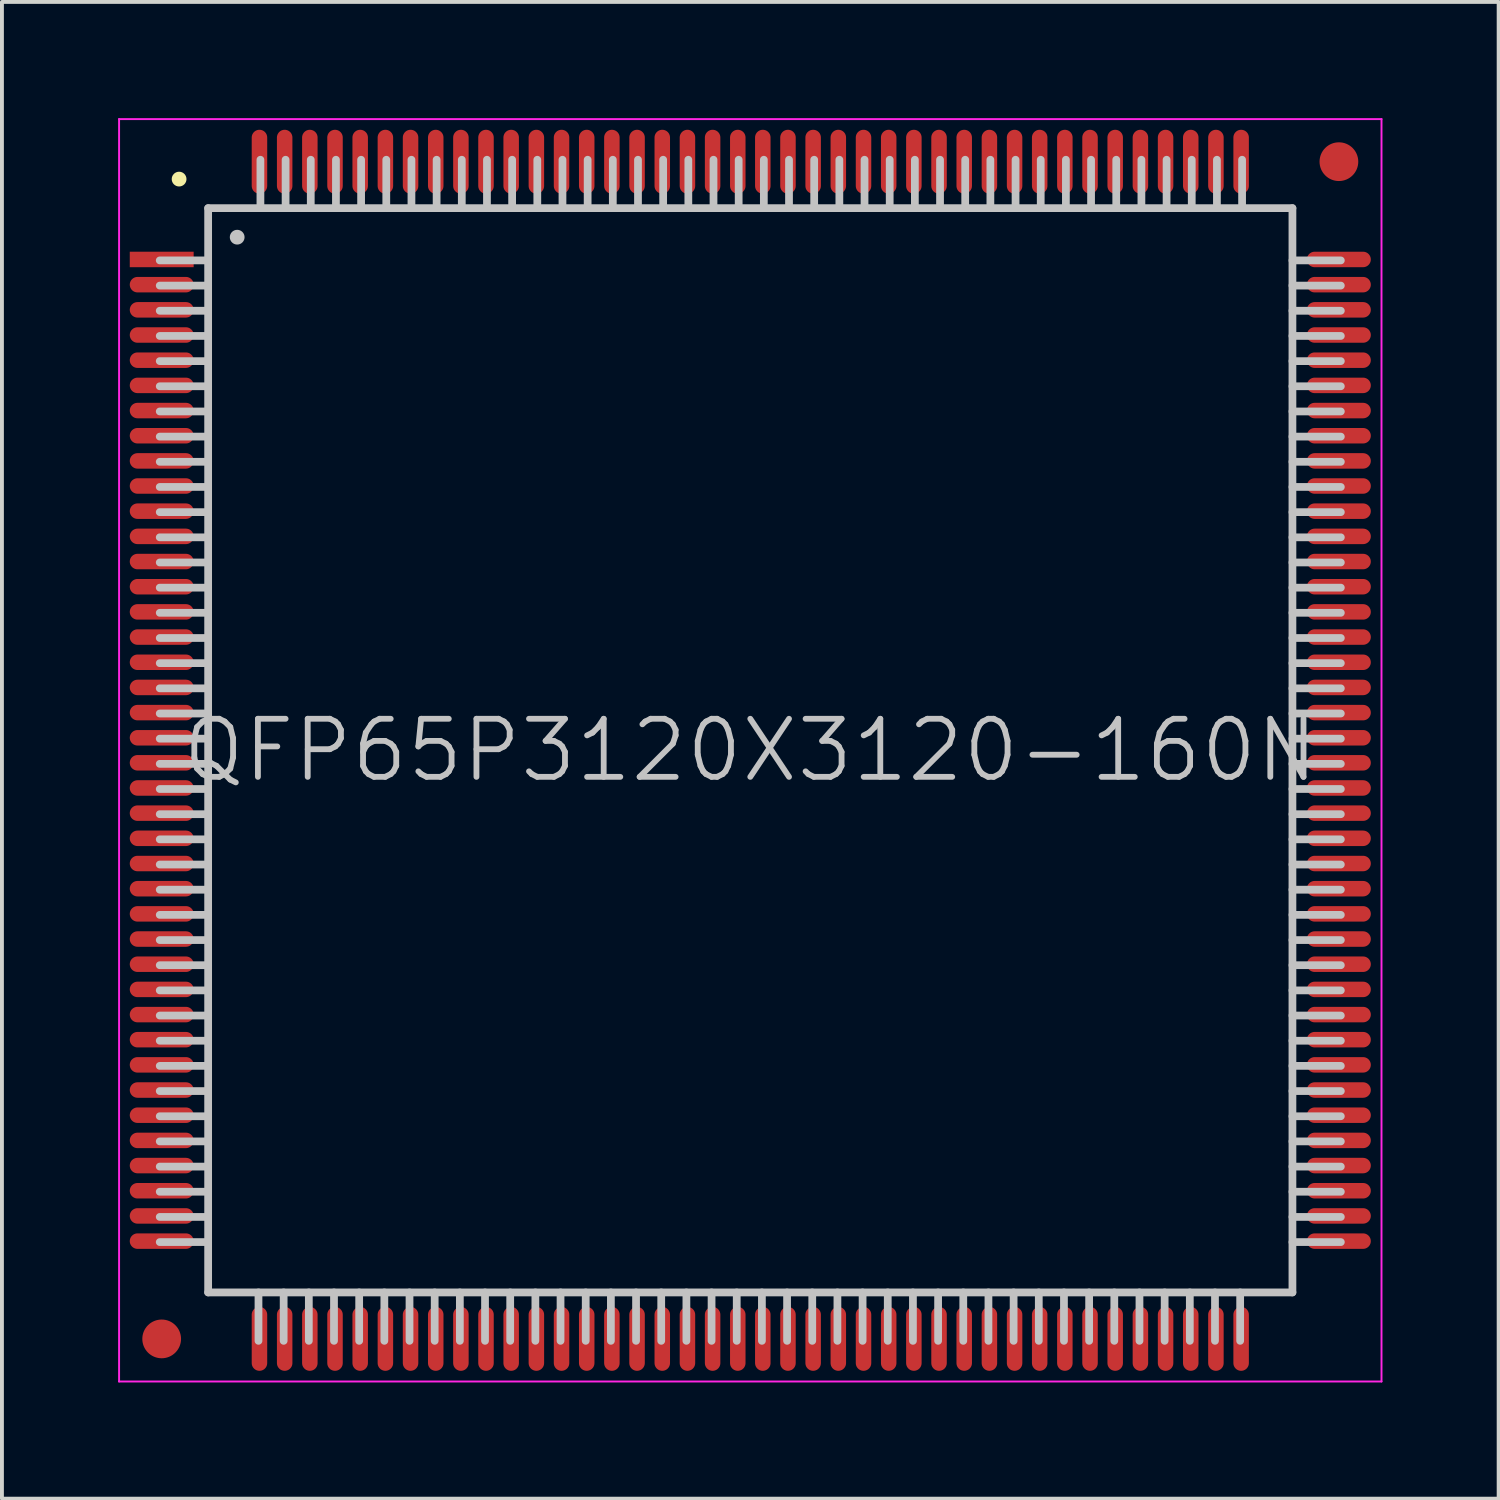
<source format=kicad_pcb>
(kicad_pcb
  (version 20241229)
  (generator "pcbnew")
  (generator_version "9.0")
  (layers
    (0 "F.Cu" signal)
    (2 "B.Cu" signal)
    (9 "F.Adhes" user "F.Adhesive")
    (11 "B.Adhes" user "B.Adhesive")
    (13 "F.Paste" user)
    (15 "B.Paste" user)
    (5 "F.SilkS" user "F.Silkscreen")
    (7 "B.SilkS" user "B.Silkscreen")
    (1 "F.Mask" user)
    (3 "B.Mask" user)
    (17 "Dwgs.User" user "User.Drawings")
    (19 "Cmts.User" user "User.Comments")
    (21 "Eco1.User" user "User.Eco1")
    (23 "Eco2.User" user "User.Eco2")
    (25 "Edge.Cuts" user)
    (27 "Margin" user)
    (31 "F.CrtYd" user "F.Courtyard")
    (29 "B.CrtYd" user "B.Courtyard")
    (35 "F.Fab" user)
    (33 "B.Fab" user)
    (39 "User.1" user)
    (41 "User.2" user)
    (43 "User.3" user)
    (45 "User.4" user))
  (footprint "QFP65P3120X3120-160N"
    (layer "F.Cu")
    (at 16.325 16.325)
    (property "Reference" "QFP65P3120X3120-160N" (at 0 0 0) (layer "Dwgs.User") (effects (font (size 1.5 1.5) (thickness 0.15))))
    (attr smd)
    (fp_line (start -14.75 -14.75) (end -14.75 -14.75) (stroke (width 0.381) (type solid)) (layer "F.SilkS"))
    (fp_line (start -14 -14) (end -14 14) (stroke (width 0.2) (type solid)) (layer "Dwgs.User"))
    (fp_line (start -14 -14) (end 14 -14) (stroke (width 0.2) (type solid)) (layer "Dwgs.User"))
    (fp_line (start -14 -12.65) (end -15.25 -12.65) (stroke (width 0.2) (type solid)) (layer "Dwgs.User"))
    (fp_line (start -14 -12) (end -15.25 -12) (stroke (width 0.2) (type solid)) (layer "Dwgs.User"))
    (fp_line (start -14 -11.35) (end -15.25 -11.35) (stroke (width 0.2) (type solid)) (layer "Dwgs.User"))
    (fp_line (start -14 -10.7) (end -15.25 -10.7) (stroke (width 0.2) (type solid)) (layer "Dwgs.User"))
    (fp_line (start -14 -10.05) (end -15.25 -10.05) (stroke (width 0.2) (type solid)) (layer "Dwgs.User"))
    (fp_line (start -14 -9.4) (end -15.25 -9.4) (stroke (width 0.2) (type solid)) (layer "Dwgs.User"))
    (fp_line (start -14 -8.75) (end -15.25 -8.75) (stroke (width 0.2) (type solid)) (layer "Dwgs.User"))
    (fp_line (start -14 -8.1) (end -15.25 -8.1) (stroke (width 0.2) (type solid)) (layer "Dwgs.User"))
    (fp_line (start -14 -7.45) (end -15.25 -7.45) (stroke (width 0.2) (type solid)) (layer "Dwgs.User"))
    (fp_line (start -14 -6.8) (end -15.25 -6.8) (stroke (width 0.2) (type solid)) (layer "Dwgs.User"))
    (fp_line (start -14 -6.15) (end -15.25 -6.15) (stroke (width 0.2) (type solid)) (layer "Dwgs.User"))
    (fp_line (start -14 -5.5) (end -15.25 -5.5) (stroke (width 0.2) (type solid)) (layer "Dwgs.User"))
    (fp_line (start -14 -4.85) (end -15.25 -4.85) (stroke (width 0.2) (type solid)) (layer "Dwgs.User"))
    (fp_line (start -14 -4.2) (end -15.25 -4.2) (stroke (width 0.2) (type solid)) (layer "Dwgs.User"))
    (fp_line (start -14 -3.55) (end -15.25 -3.55) (stroke (width 0.2) (type solid)) (layer "Dwgs.User"))
    (fp_line (start -14 -2.9) (end -15.25 -2.9) (stroke (width 0.2) (type solid)) (layer "Dwgs.User"))
    (fp_line (start -14 -2.25) (end -15.25 -2.25) (stroke (width 0.2) (type solid)) (layer "Dwgs.User"))
    (fp_line (start -14 -1.6) (end -15.25 -1.6) (stroke (width 0.2) (type solid)) (layer "Dwgs.User"))
    (fp_line (start -14 -0.95) (end -15.25 -0.95) (stroke (width 0.2) (type solid)) (layer "Dwgs.User"))
    (fp_line (start -14 -0.3) (end -15.25 -0.3) (stroke (width 0.2) (type solid)) (layer "Dwgs.User"))
    (fp_line (start -14 0.35) (end -15.25 0.35) (stroke (width 0.2) (type solid)) (layer "Dwgs.User"))
    (fp_line (start -14 1) (end -15.25 1) (stroke (width 0.2) (type solid)) (layer "Dwgs.User"))
    (fp_line (start -14 1.65) (end -15.25 1.65) (stroke (width 0.2) (type solid)) (layer "Dwgs.User"))
    (fp_line (start -14 2.3) (end -15.25 2.3) (stroke (width 0.2) (type solid)) (layer "Dwgs.User"))
    (fp_line (start -14 2.95) (end -15.25 2.95) (stroke (width 0.2) (type solid)) (layer "Dwgs.User"))
    (fp_line (start -14 3.6) (end -15.25 3.6) (stroke (width 0.2) (type solid)) (layer "Dwgs.User"))
    (fp_line (start -14 4.25) (end -15.25 4.25) (stroke (width 0.2) (type solid)) (layer "Dwgs.User"))
    (fp_line (start -14 4.9) (end -15.25 4.9) (stroke (width 0.2) (type solid)) (layer "Dwgs.User"))
    (fp_line (start -14 5.55) (end -15.25 5.55) (stroke (width 0.2) (type solid)) (layer "Dwgs.User"))
    (fp_line (start -14 6.2) (end -15.25 6.2) (stroke (width 0.2) (type solid)) (layer "Dwgs.User"))
    (fp_line (start -14 6.85) (end -15.25 6.85) (stroke (width 0.2) (type solid)) (layer "Dwgs.User"))
    (fp_line (start -14 7.5) (end -15.25 7.5) (stroke (width 0.2) (type solid)) (layer "Dwgs.User"))
    (fp_line (start -14 8.15) (end -15.25 8.15) (stroke (width 0.2) (type solid)) (layer "Dwgs.User"))
    (fp_line (start -14 8.8) (end -15.25 8.8) (stroke (width 0.2) (type solid)) (layer "Dwgs.User"))
    (fp_line (start -14 9.45) (end -15.25 9.45) (stroke (width 0.2) (type solid)) (layer "Dwgs.User"))
    (fp_line (start -14 10.1) (end -15.25 10.1) (stroke (width 0.2) (type solid)) (layer "Dwgs.User"))
    (fp_line (start -14 10.75) (end -15.25 10.75) (stroke (width 0.2) (type solid)) (layer "Dwgs.User"))
    (fp_line (start -14 11.4) (end -15.25 11.4) (stroke (width 0.2) (type solid)) (layer "Dwgs.User"))
    (fp_line (start -14 12.05) (end -15.25 12.05) (stroke (width 0.2) (type solid)) (layer "Dwgs.User"))
    (fp_line (start -14 12.7) (end -15.25 12.7) (stroke (width 0.2) (type solid)) (layer "Dwgs.User"))
    (fp_line (start -14 14) (end 14 14) (stroke (width 0.2) (type solid)) (layer "Dwgs.User"))
    (fp_line (start -13.25 -13.25) (end -13.25 -13.25) (stroke (width 0.381) (type solid)) (layer "Dwgs.User"))
    (fp_line (start -12.7 14) (end -12.7 15.25) (stroke (width 0.2) (type solid)) (layer "Dwgs.User"))
    (fp_line (start -12.65 -15.25) (end -12.65 -14) (stroke (width 0.2) (type solid)) (layer "Dwgs.User"))
    (fp_line (start -12.05 14) (end -12.05 15.25) (stroke (width 0.2) (type solid)) (layer "Dwgs.User"))
    (fp_line (start -12 -15.25) (end -12 -14) (stroke (width 0.2) (type solid)) (layer "Dwgs.User"))
    (fp_line (start -11.4 14) (end -11.4 15.25) (stroke (width 0.2) (type solid)) (layer "Dwgs.User"))
    (fp_line (start -11.35 -15.25) (end -11.35 -14) (stroke (width 0.2) (type solid)) (layer "Dwgs.User"))
    (fp_line (start -10.75 14) (end -10.75 15.25) (stroke (width 0.2) (type solid)) (layer "Dwgs.User"))
    (fp_line (start -10.7 -15.25) (end -10.7 -14) (stroke (width 0.2) (type solid)) (layer "Dwgs.User"))
    (fp_line (start -10.1 14) (end -10.1 15.25) (stroke (width 0.2) (type solid)) (layer "Dwgs.User"))
    (fp_line (start -10.05 -15.25) (end -10.05 -14) (stroke (width 0.2) (type solid)) (layer "Dwgs.User"))
    (fp_line (start -9.45 14) (end -9.45 15.25) (stroke (width 0.2) (type solid)) (layer "Dwgs.User"))
    (fp_line (start -9.4 -15.25) (end -9.4 -14) (stroke (width 0.2) (type solid)) (layer "Dwgs.User"))
    (fp_line (start -8.8 14) (end -8.8 15.25) (stroke (width 0.2) (type solid)) (layer "Dwgs.User"))
    (fp_line (start -8.75 -15.25) (end -8.75 -14) (stroke (width 0.2) (type solid)) (layer "Dwgs.User"))
    (fp_line (start -8.15 14) (end -8.15 15.25) (stroke (width 0.2) (type solid)) (layer "Dwgs.User"))
    (fp_line (start -8.1 -15.25) (end -8.1 -14) (stroke (width 0.2) (type solid)) (layer "Dwgs.User"))
    (fp_line (start -7.5 14) (end -7.5 15.25) (stroke (width 0.2) (type solid)) (layer "Dwgs.User"))
    (fp_line (start -7.45 -15.25) (end -7.45 -14) (stroke (width 0.2) (type solid)) (layer "Dwgs.User"))
    (fp_line (start -6.85 14) (end -6.85 15.25) (stroke (width 0.2) (type solid)) (layer "Dwgs.User"))
    (fp_line (start -6.8 -15.25) (end -6.8 -14) (stroke (width 0.2) (type solid)) (layer "Dwgs.User"))
    (fp_line (start -6.2 14) (end -6.2 15.25) (stroke (width 0.2) (type solid)) (layer "Dwgs.User"))
    (fp_line (start -6.15 -15.25) (end -6.15 -14) (stroke (width 0.2) (type solid)) (layer "Dwgs.User"))
    (fp_line (start -5.55 14) (end -5.55 15.25) (stroke (width 0.2) (type solid)) (layer "Dwgs.User"))
    (fp_line (start -5.5 -15.25) (end -5.5 -14) (stroke (width 0.2) (type solid)) (layer "Dwgs.User"))
    (fp_line (start -4.9 14) (end -4.9 15.25) (stroke (width 0.2) (type solid)) (layer "Dwgs.User"))
    (fp_line (start -4.85 -15.25) (end -4.85 -14) (stroke (width 0.2) (type solid)) (layer "Dwgs.User"))
    (fp_line (start -4.25 14) (end -4.25 15.25) (stroke (width 0.2) (type solid)) (layer "Dwgs.User"))
    (fp_line (start -4.2 -15.25) (end -4.2 -14) (stroke (width 0.2) (type solid)) (layer "Dwgs.User"))
    (fp_line (start -3.6 14) (end -3.6 15.25) (stroke (width 0.2) (type solid)) (layer "Dwgs.User"))
    (fp_line (start -3.55 -15.25) (end -3.55 -14) (stroke (width 0.2) (type solid)) (layer "Dwgs.User"))
    (fp_line (start -2.95 14) (end -2.95 15.25) (stroke (width 0.2) (type solid)) (layer "Dwgs.User"))
    (fp_line (start -2.9 -15.25) (end -2.9 -14) (stroke (width 0.2) (type solid)) (layer "Dwgs.User"))
    (fp_line (start -2.3 14) (end -2.3 15.25) (stroke (width 0.2) (type solid)) (layer "Dwgs.User"))
    (fp_line (start -2.25 -15.25) (end -2.25 -14) (stroke (width 0.2) (type solid)) (layer "Dwgs.User"))
    (fp_line (start -1.65 14) (end -1.65 15.25) (stroke (width 0.2) (type solid)) (layer "Dwgs.User"))
    (fp_line (start -1.6 -15.25) (end -1.6 -14) (stroke (width 0.2) (type solid)) (layer "Dwgs.User"))
    (fp_line (start -1 14) (end -1 15.25) (stroke (width 0.2) (type solid)) (layer "Dwgs.User"))
    (fp_line (start -0.95 -15.25) (end -0.95 -14) (stroke (width 0.2) (type solid)) (layer "Dwgs.User"))
    (fp_line (start -0.35 14) (end -0.35 15.25) (stroke (width 0.2) (type solid)) (layer "Dwgs.User"))
    (fp_line (start -0.3 -15.25) (end -0.3 -14) (stroke (width 0.2) (type solid)) (layer "Dwgs.User"))
    (fp_line (start 0.3 14) (end 0.3 15.25) (stroke (width 0.2) (type solid)) (layer "Dwgs.User"))
    (fp_line (start 0.35 -15.25) (end 0.35 -14) (stroke (width 0.2) (type solid)) (layer "Dwgs.User"))
    (fp_line (start 0.95 14) (end 0.95 15.25) (stroke (width 0.2) (type solid)) (layer "Dwgs.User"))
    (fp_line (start 1 -15.25) (end 1 -14) (stroke (width 0.2) (type solid)) (layer "Dwgs.User"))
    (fp_line (start 1.6 14) (end 1.6 15.25) (stroke (width 0.2) (type solid)) (layer "Dwgs.User"))
    (fp_line (start 1.65 -15.25) (end 1.65 -14) (stroke (width 0.2) (type solid)) (layer "Dwgs.User"))
    (fp_line (start 2.25 14) (end 2.25 15.25) (stroke (width 0.2) (type solid)) (layer "Dwgs.User"))
    (fp_line (start 2.3 -15.25) (end 2.3 -14) (stroke (width 0.2) (type solid)) (layer "Dwgs.User"))
    (fp_line (start 2.9 14) (end 2.9 15.25) (stroke (width 0.2) (type solid)) (layer "Dwgs.User"))
    (fp_line (start 2.95 -15.25) (end 2.95 -14) (stroke (width 0.2) (type solid)) (layer "Dwgs.User"))
    (fp_line (start 3.55 14) (end 3.55 15.25) (stroke (width 0.2) (type solid)) (layer "Dwgs.User"))
    (fp_line (start 3.6 -15.25) (end 3.6 -14) (stroke (width 0.2) (type solid)) (layer "Dwgs.User"))
    (fp_line (start 4.2 14) (end 4.2 15.25) (stroke (width 0.2) (type solid)) (layer "Dwgs.User"))
    (fp_line (start 4.25 -15.25) (end 4.25 -14) (stroke (width 0.2) (type solid)) (layer "Dwgs.User"))
    (fp_line (start 4.85 14) (end 4.85 15.25) (stroke (width 0.2) (type solid)) (layer "Dwgs.User"))
    (fp_line (start 4.9 -15.25) (end 4.9 -14) (stroke (width 0.2) (type solid)) (layer "Dwgs.User"))
    (fp_line (start 5.5 14) (end 5.5 15.25) (stroke (width 0.2) (type solid)) (layer "Dwgs.User"))
    (fp_line (start 5.55 -15.25) (end 5.55 -14) (stroke (width 0.2) (type solid)) (layer "Dwgs.User"))
    (fp_line (start 6.15 14) (end 6.15 15.25) (stroke (width 0.2) (type solid)) (layer "Dwgs.User"))
    (fp_line (start 6.2 -15.25) (end 6.2 -14) (stroke (width 0.2) (type solid)) (layer "Dwgs.User"))
    (fp_line (start 6.8 14) (end 6.8 15.25) (stroke (width 0.2) (type solid)) (layer "Dwgs.User"))
    (fp_line (start 6.85 -15.25) (end 6.85 -14) (stroke (width 0.2) (type solid)) (layer "Dwgs.User"))
    (fp_line (start 7.45 14) (end 7.45 15.25) (stroke (width 0.2) (type solid)) (layer "Dwgs.User"))
    (fp_line (start 7.5 -15.25) (end 7.5 -14) (stroke (width 0.2) (type solid)) (layer "Dwgs.User"))
    (fp_line (start 8.1 14) (end 8.1 15.25) (stroke (width 0.2) (type solid)) (layer "Dwgs.User"))
    (fp_line (start 8.15 -15.25) (end 8.15 -14) (stroke (width 0.2) (type solid)) (layer "Dwgs.User"))
    (fp_line (start 8.75 14) (end 8.75 15.25) (stroke (width 0.2) (type solid)) (layer "Dwgs.User"))
    (fp_line (start 8.8 -15.25) (end 8.8 -14) (stroke (width 0.2) (type solid)) (layer "Dwgs.User"))
    (fp_line (start 9.4 14) (end 9.4 15.25) (stroke (width 0.2) (type solid)) (layer "Dwgs.User"))
    (fp_line (start 9.45 -15.25) (end 9.45 -14) (stroke (width 0.2) (type solid)) (layer "Dwgs.User"))
    (fp_line (start 10.05 14) (end 10.05 15.25) (stroke (width 0.2) (type solid)) (layer "Dwgs.User"))
    (fp_line (start 10.1 -15.25) (end 10.1 -14) (stroke (width 0.2) (type solid)) (layer "Dwgs.User"))
    (fp_line (start 10.7 14) (end 10.7 15.25) (stroke (width 0.2) (type solid)) (layer "Dwgs.User"))
    (fp_line (start 10.75 -15.25) (end 10.75 -14) (stroke (width 0.2) (type solid)) (layer "Dwgs.User"))
    (fp_line (start 11.35 14) (end 11.35 15.25) (stroke (width 0.2) (type solid)) (layer "Dwgs.User"))
    (fp_line (start 11.4 -15.25) (end 11.4 -14) (stroke (width 0.2) (type solid)) (layer "Dwgs.User"))
    (fp_line (start 12 14) (end 12 15.25) (stroke (width 0.2) (type solid)) (layer "Dwgs.User"))
    (fp_line (start 12.05 -15.25) (end 12.05 -14) (stroke (width 0.2) (type solid)) (layer "Dwgs.User"))
    (fp_line (start 12.65 14) (end 12.65 15.25) (stroke (width 0.2) (type solid)) (layer "Dwgs.User"))
    (fp_line (start 12.7 -15.25) (end 12.7 -14) (stroke (width 0.2) (type solid)) (layer "Dwgs.User"))
    (fp_line (start 14 -14) (end 14 14) (stroke (width 0.2) (type solid)) (layer "Dwgs.User"))
    (fp_line (start 15.25 -12.65) (end 14 -12.65) (stroke (width 0.2) (type solid)) (layer "Dwgs.User"))
    (fp_line (start 15.25 -12) (end 14 -12) (stroke (width 0.2) (type solid)) (layer "Dwgs.User"))
    (fp_line (start 15.25 -11.35) (end 14 -11.35) (stroke (width 0.2) (type solid)) (layer "Dwgs.User"))
    (fp_line (start 15.25 -10.7) (end 14 -10.7) (stroke (width 0.2) (type solid)) (layer "Dwgs.User"))
    (fp_line (start 15.25 -10.05) (end 14 -10.05) (stroke (width 0.2) (type solid)) (layer "Dwgs.User"))
    (fp_line (start 15.25 -9.4) (end 14 -9.4) (stroke (width 0.2) (type solid)) (layer "Dwgs.User"))
    (fp_line (start 15.25 -8.75) (end 14 -8.75) (stroke (width 0.2) (type solid)) (layer "Dwgs.User"))
    (fp_line (start 15.25 -8.1) (end 14 -8.1) (stroke (width 0.2) (type solid)) (layer "Dwgs.User"))
    (fp_line (start 15.25 -7.45) (end 14 -7.45) (stroke (width 0.2) (type solid)) (layer "Dwgs.User"))
    (fp_line (start 15.25 -6.8) (end 14 -6.8) (stroke (width 0.2) (type solid)) (layer "Dwgs.User"))
    (fp_line (start 15.25 -6.15) (end 14 -6.15) (stroke (width 0.2) (type solid)) (layer "Dwgs.User"))
    (fp_line (start 15.25 -5.5) (end 14 -5.5) (stroke (width 0.2) (type solid)) (layer "Dwgs.User"))
    (fp_line (start 15.25 -4.85) (end 14 -4.85) (stroke (width 0.2) (type solid)) (layer "Dwgs.User"))
    (fp_line (start 15.25 -4.2) (end 14 -4.2) (stroke (width 0.2) (type solid)) (layer "Dwgs.User"))
    (fp_line (start 15.25 -3.55) (end 14 -3.55) (stroke (width 0.2) (type solid)) (layer "Dwgs.User"))
    (fp_line (start 15.25 -2.9) (end 14 -2.9) (stroke (width 0.2) (type solid)) (layer "Dwgs.User"))
    (fp_line (start 15.25 -2.25) (end 14 -2.25) (stroke (width 0.2) (type solid)) (layer "Dwgs.User"))
    (fp_line (start 15.25 -1.6) (end 14 -1.6) (stroke (width 0.2) (type solid)) (layer "Dwgs.User"))
    (fp_line (start 15.25 -0.95) (end 14 -0.95) (stroke (width 0.2) (type solid)) (layer "Dwgs.User"))
    (fp_line (start 15.25 -0.3) (end 14 -0.3) (stroke (width 0.2) (type solid)) (layer "Dwgs.User"))
    (fp_line (start 15.25 0.35) (end 14 0.35) (stroke (width 0.2) (type solid)) (layer "Dwgs.User"))
    (fp_line (start 15.25 1) (end 14 1) (stroke (width 0.2) (type solid)) (layer "Dwgs.User"))
    (fp_line (start 15.25 1.65) (end 14 1.65) (stroke (width 0.2) (type solid)) (layer "Dwgs.User"))
    (fp_line (start 15.25 2.3) (end 14 2.3) (stroke (width 0.2) (type solid)) (layer "Dwgs.User"))
    (fp_line (start 15.25 2.95) (end 14 2.95) (stroke (width 0.2) (type solid)) (layer "Dwgs.User"))
    (fp_line (start 15.25 3.6) (end 14 3.6) (stroke (width 0.2) (type solid)) (layer "Dwgs.User"))
    (fp_line (start 15.25 4.25) (end 14 4.25) (stroke (width 0.2) (type solid)) (layer "Dwgs.User"))
    (fp_line (start 15.25 4.9) (end 14 4.9) (stroke (width 0.2) (type solid)) (layer "Dwgs.User"))
    (fp_line (start 15.25 5.55) (end 14 5.55) (stroke (width 0.2) (type solid)) (layer "Dwgs.User"))
    (fp_line (start 15.25 6.2) (end 14 6.2) (stroke (width 0.2) (type solid)) (layer "Dwgs.User"))
    (fp_line (start 15.25 6.85) (end 14 6.85) (stroke (width 0.2) (type solid)) (layer "Dwgs.User"))
    (fp_line (start 15.25 7.5) (end 14 7.5) (stroke (width 0.2) (type solid)) (layer "Dwgs.User"))
    (fp_line (start 15.25 8.15) (end 14 8.15) (stroke (width 0.2) (type solid)) (layer "Dwgs.User"))
    (fp_line (start 15.25 8.8) (end 14 8.8) (stroke (width 0.2) (type solid)) (layer "Dwgs.User"))
    (fp_line (start 15.25 9.45) (end 14 9.45) (stroke (width 0.2) (type solid)) (layer "Dwgs.User"))
    (fp_line (start 15.25 10.1) (end 14 10.1) (stroke (width 0.2) (type solid)) (layer "Dwgs.User"))
    (fp_line (start 15.25 10.75) (end 14 10.75) (stroke (width 0.2) (type solid)) (layer "Dwgs.User"))
    (fp_line (start 15.25 11.4) (end 14 11.4) (stroke (width 0.2) (type solid)) (layer "Dwgs.User"))
    (fp_line (start 15.25 12.05) (end 14 12.05) (stroke (width 0.2) (type solid)) (layer "Dwgs.User"))
    (fp_line (start 15.25 12.7) (end 14 12.7) (stroke (width 0.2) (type solid)) (layer "Dwgs.User"))
    (fp_line (start -16.3 -16.3) (end -16.3 16.3) (stroke (width 0.05) (type solid)) (layer "F.CrtYd"))
    (fp_line (start -16.3 -16.3) (end 16.3 -16.3) (stroke (width 0.05) (type solid)) (layer "F.CrtYd"))
    (fp_line (start -16.3 16.3) (end 16.3 16.3) (stroke (width 0.05) (type solid)) (layer "F.CrtYd"))
    (fp_line (start 16.3 -16.3) (end 16.3 16.3) (stroke (width 0.05) (type solid)) (layer "F.CrtYd"))
    (pad "" smd circle (at -15.2 15.2) (size 1 1) (layers "F.Cu" "F.Mask"))
    (pad "" smd circle (at 15.2 -15.2) (size 1 1) (layers "F.Cu" "F.Mask"))
    (pad "1" smd rect (at -15.199 -12.675 90) (size 0.4 1.65) (layers "F.Cu" "F.Mask" "F.Paste"))
    (pad "2" smd oval (at -15.199 -12.024 90) (size 0.4 1.65) (layers "F.Cu" "F.Mask" "F.Paste"))
    (pad "3" smd oval (at -15.199 -11.374 90) (size 0.4 1.65) (layers "F.Cu" "F.Mask" "F.Paste"))
    (pad "4" smd oval (at -15.199 -10.724 90) (size 0.4 1.65) (layers "F.Cu" "F.Mask" "F.Paste"))
    (pad "5" smd oval (at -15.199 -10.074 90) (size 0.4 1.65) (layers "F.Cu" "F.Mask" "F.Paste"))
    (pad "6" smd oval (at -15.199 -9.423 90) (size 0.4 1.65) (layers "F.Cu" "F.Mask" "F.Paste"))
    (pad "7" smd oval (at -15.199 -8.773 90) (size 0.4 1.65) (layers "F.Cu" "F.Mask" "F.Paste"))
    (pad "8" smd oval (at -15.199 -8.123 90) (size 0.4 1.65) (layers "F.Cu" "F.Mask" "F.Paste"))
    (pad "9" smd oval (at -15.199 -7.473 90) (size 0.4 1.65) (layers "F.Cu" "F.Mask" "F.Paste"))
    (pad "10" smd oval (at -15.199 -6.825 90) (size 0.4 1.65) (layers "F.Cu" "F.Mask" "F.Paste"))
    (pad "11" smd oval (at -15.199 -6.175 90) (size 0.4 1.65) (layers "F.Cu" "F.Mask" "F.Paste"))
    (pad "12" smd oval (at -15.199 -5.524 90) (size 0.4 1.65) (layers "F.Cu" "F.Mask" "F.Paste"))
    (pad "13" smd oval (at -15.199 -4.874 90) (size 0.4 1.65) (layers "F.Cu" "F.Mask" "F.Paste"))
    (pad "14" smd oval (at -15.199 -4.224 90) (size 0.4 1.65) (layers "F.Cu" "F.Mask" "F.Paste"))
    (pad "15" smd oval (at -15.199 -3.574 90) (size 0.4 1.65) (layers "F.Cu" "F.Mask" "F.Paste"))
    (pad "16" smd oval (at -15.199 -2.924 90) (size 0.4 1.65) (layers "F.Cu" "F.Mask" "F.Paste"))
    (pad "17" smd oval (at -15.199 -2.273 90) (size 0.4 1.65) (layers "F.Cu" "F.Mask" "F.Paste"))
    (pad "18" smd oval (at -15.199 -1.623 90) (size 0.4 1.65) (layers "F.Cu" "F.Mask" "F.Paste"))
    (pad "19" smd oval (at -15.199 -0.973 90) (size 0.4 1.65) (layers "F.Cu" "F.Mask" "F.Paste"))
    (pad "20" smd oval (at -15.199 -0.323 90) (size 0.4 1.65) (layers "F.Cu" "F.Mask" "F.Paste"))
    (pad "21" smd oval (at -15.199 0.323 90) (size 0.4 1.65) (layers "F.Cu" "F.Mask" "F.Paste"))
    (pad "22" smd oval (at -15.199 0.973 90) (size 0.4 1.65) (layers "F.Cu" "F.Mask" "F.Paste"))
    (pad "23" smd oval (at -15.199 1.623 90) (size 0.4 1.65) (layers "F.Cu" "F.Mask" "F.Paste"))
    (pad "24" smd oval (at -15.199 2.273 90) (size 0.4 1.65) (layers "F.Cu" "F.Mask" "F.Paste"))
    (pad "25" smd oval (at -15.199 2.924 90) (size 0.4 1.65) (layers "F.Cu" "F.Mask" "F.Paste"))
    (pad "26" smd oval (at -15.199 3.574 90) (size 0.4 1.65) (layers "F.Cu" "F.Mask" "F.Paste"))
    (pad "27" smd oval (at -15.199 4.224 90) (size 0.4 1.65) (layers "F.Cu" "F.Mask" "F.Paste"))
    (pad "28" smd oval (at -15.199 4.874 90) (size 0.4 1.65) (layers "F.Cu" "F.Mask" "F.Paste"))
    (pad "29" smd oval (at -15.199 5.524 90) (size 0.4 1.65) (layers "F.Cu" "F.Mask" "F.Paste"))
    (pad "30" smd oval (at -15.199 6.175 90) (size 0.4 1.65) (layers "F.Cu" "F.Mask" "F.Paste"))
    (pad "31" smd oval (at -15.199 6.825 90) (size 0.4 1.65) (layers "F.Cu" "F.Mask" "F.Paste"))
    (pad "32" smd oval (at -15.199 7.473 90) (size 0.4 1.65) (layers "F.Cu" "F.Mask" "F.Paste"))
    (pad "33" smd oval (at -15.199 8.123 90) (size 0.4 1.65) (layers "F.Cu" "F.Mask" "F.Paste"))
    (pad "34" smd oval (at -15.199 8.773 90) (size 0.4 1.65) (layers "F.Cu" "F.Mask" "F.Paste"))
    (pad "35" smd oval (at -15.199 9.423 90) (size 0.4 1.65) (layers "F.Cu" "F.Mask" "F.Paste"))
    (pad "36" smd oval (at -15.199 10.074 90) (size 0.4 1.65) (layers "F.Cu" "F.Mask" "F.Paste"))
    (pad "37" smd oval (at -15.199 10.724 90) (size 0.4 1.65) (layers "F.Cu" "F.Mask" "F.Paste"))
    (pad "38" smd oval (at -15.199 11.374 90) (size 0.4 1.65) (layers "F.Cu" "F.Mask" "F.Paste"))
    (pad "39" smd oval (at -15.199 12.024 90) (size 0.4 1.65) (layers "F.Cu" "F.Mask" "F.Paste"))
    (pad "40" smd oval (at -15.199 12.675 90) (size 0.4 1.65) (layers "F.Cu" "F.Mask" "F.Paste"))
    (pad "41" smd oval (at -12.675 15.199 180) (size 0.4 1.65) (layers "F.Cu" "F.Mask" "F.Paste"))
    (pad "42" smd oval (at -12.024 15.199 180) (size 0.4 1.65) (layers "F.Cu" "F.Mask" "F.Paste"))
    (pad "43" smd oval (at -11.374 15.199 180) (size 0.4 1.65) (layers "F.Cu" "F.Mask" "F.Paste"))
    (pad "44" smd oval (at -10.724 15.199 180) (size 0.4 1.65) (layers "F.Cu" "F.Mask" "F.Paste"))
    (pad "45" smd oval (at -10.074 15.199 180) (size 0.4 1.65) (layers "F.Cu" "F.Mask" "F.Paste"))
    (pad "46" smd oval (at -9.423 15.199 180) (size 0.4 1.65) (layers "F.Cu" "F.Mask" "F.Paste"))
    (pad "47" smd oval (at -8.773 15.199 180) (size 0.4 1.65) (layers "F.Cu" "F.Mask" "F.Paste"))
    (pad "48" smd oval (at -8.123 15.199 180) (size 0.4 1.65) (layers "F.Cu" "F.Mask" "F.Paste"))
    (pad "49" smd oval (at -7.473 15.199 180) (size 0.4 1.65) (layers "F.Cu" "F.Mask" "F.Paste"))
    (pad "50" smd oval (at -6.825 15.199 180) (size 0.4 1.65) (layers "F.Cu" "F.Mask" "F.Paste"))
    (pad "51" smd oval (at -6.175 15.199 180) (size 0.4 1.65) (layers "F.Cu" "F.Mask" "F.Paste"))
    (pad "52" smd oval (at -5.524 15.199 180) (size 0.4 1.65) (layers "F.Cu" "F.Mask" "F.Paste"))
    (pad "53" smd oval (at -4.874 15.199 180) (size 0.4 1.65) (layers "F.Cu" "F.Mask" "F.Paste"))
    (pad "54" smd oval (at -4.224 15.199 180) (size 0.4 1.65) (layers "F.Cu" "F.Mask" "F.Paste"))
    (pad "55" smd oval (at -3.574 15.199 180) (size 0.4 1.65) (layers "F.Cu" "F.Mask" "F.Paste"))
    (pad "56" smd oval (at -2.924 15.199 180) (size 0.4 1.65) (layers "F.Cu" "F.Mask" "F.Paste"))
    (pad "57" smd oval (at -2.273 15.199 180) (size 0.4 1.65) (layers "F.Cu" "F.Mask" "F.Paste"))
    (pad "58" smd oval (at -1.623 15.199 180) (size 0.4 1.65) (layers "F.Cu" "F.Mask" "F.Paste"))
    (pad "59" smd oval (at -0.973 15.199 180) (size 0.4 1.65) (layers "F.Cu" "F.Mask" "F.Paste"))
    (pad "60" smd oval (at -0.323 15.199 180) (size 0.4 1.65) (layers "F.Cu" "F.Mask" "F.Paste"))
    (pad "61" smd oval (at 0.323 15.199 180) (size 0.4 1.65) (layers "F.Cu" "F.Mask" "F.Paste"))
    (pad "62" smd oval (at 0.973 15.199 180) (size 0.4 1.65) (layers "F.Cu" "F.Mask" "F.Paste"))
    (pad "63" smd oval (at 1.623 15.199 180) (size 0.4 1.65) (layers "F.Cu" "F.Mask" "F.Paste"))
    (pad "64" smd oval (at 2.273 15.199 180) (size 0.4 1.65) (layers "F.Cu" "F.Mask" "F.Paste"))
    (pad "65" smd oval (at 2.924 15.199 180) (size 0.4 1.65) (layers "F.Cu" "F.Mask" "F.Paste"))
    (pad "66" smd oval (at 3.574 15.199 180) (size 0.4 1.65) (layers "F.Cu" "F.Mask" "F.Paste"))
    (pad "67" smd oval (at 4.224 15.199 180) (size 0.4 1.65) (layers "F.Cu" "F.Mask" "F.Paste"))
    (pad "68" smd oval (at 4.874 15.199 180) (size 0.4 1.65) (layers "F.Cu" "F.Mask" "F.Paste"))
    (pad "69" smd oval (at 5.524 15.199 180) (size 0.4 1.65) (layers "F.Cu" "F.Mask" "F.Paste"))
    (pad "70" smd oval (at 6.175 15.199 180) (size 0.4 1.65) (layers "F.Cu" "F.Mask" "F.Paste"))
    (pad "71" smd oval (at 6.825 15.199 180) (size 0.4 1.65) (layers "F.Cu" "F.Mask" "F.Paste"))
    (pad "72" smd oval (at 7.473 15.199 180) (size 0.4 1.65) (layers "F.Cu" "F.Mask" "F.Paste"))
    (pad "73" smd oval (at 8.123 15.199 180) (size 0.4 1.65) (layers "F.Cu" "F.Mask" "F.Paste"))
    (pad "74" smd oval (at 8.773 15.199 180) (size 0.4 1.65) (layers "F.Cu" "F.Mask" "F.Paste"))
    (pad "75" smd oval (at 9.423 15.199 180) (size 0.4 1.65) (layers "F.Cu" "F.Mask" "F.Paste"))
    (pad "76" smd oval (at 10.074 15.199 180) (size 0.4 1.65) (layers "F.Cu" "F.Mask" "F.Paste"))
    (pad "77" smd oval (at 10.724 15.199 180) (size 0.4 1.65) (layers "F.Cu" "F.Mask" "F.Paste"))
    (pad "78" smd oval (at 11.374 15.199 180) (size 0.4 1.65) (layers "F.Cu" "F.Mask" "F.Paste"))
    (pad "79" smd oval (at 12.024 15.199 180) (size 0.4 1.65) (layers "F.Cu" "F.Mask" "F.Paste"))
    (pad "80" smd oval (at 12.675 15.199 180) (size 0.4 1.65) (layers "F.Cu" "F.Mask" "F.Paste"))
    (pad "81" smd oval (at 15.199 12.675 270) (size 0.4 1.65) (layers "F.Cu" "F.Mask" "F.Paste"))
    (pad "82" smd oval (at 15.199 12.024 270) (size 0.4 1.65) (layers "F.Cu" "F.Mask" "F.Paste"))
    (pad "83" smd oval (at 15.199 11.374 270) (size 0.4 1.65) (layers "F.Cu" "F.Mask" "F.Paste"))
    (pad "84" smd oval (at 15.199 10.724 270) (size 0.4 1.65) (layers "F.Cu" "F.Mask" "F.Paste"))
    (pad "85" smd oval (at 15.199 10.074 270) (size 0.4 1.65) (layers "F.Cu" "F.Mask" "F.Paste"))
    (pad "86" smd oval (at 15.199 9.423 270) (size 0.4 1.65) (layers "F.Cu" "F.Mask" "F.Paste"))
    (pad "87" smd oval (at 15.199 8.773 270) (size 0.4 1.65) (layers "F.Cu" "F.Mask" "F.Paste"))
    (pad "88" smd oval (at 15.199 8.123 270) (size 0.4 1.65) (layers "F.Cu" "F.Mask" "F.Paste"))
    (pad "89" smd oval (at 15.199 7.473 270) (size 0.4 1.65) (layers "F.Cu" "F.Mask" "F.Paste"))
    (pad "90" smd oval (at 15.199 6.825 270) (size 0.4 1.65) (layers "F.Cu" "F.Mask" "F.Paste"))
    (pad "91" smd oval (at 15.199 6.175 270) (size 0.4 1.65) (layers "F.Cu" "F.Mask" "F.Paste"))
    (pad "92" smd oval (at 15.199 5.524 270) (size 0.4 1.65) (layers "F.Cu" "F.Mask" "F.Paste"))
    (pad "93" smd oval (at 15.199 4.874 270) (size 0.4 1.65) (layers "F.Cu" "F.Mask" "F.Paste"))
    (pad "94" smd oval (at 15.199 4.224 270) (size 0.4 1.65) (layers "F.Cu" "F.Mask" "F.Paste"))
    (pad "95" smd oval (at 15.199 3.574 270) (size 0.4 1.65) (layers "F.Cu" "F.Mask" "F.Paste"))
    (pad "96" smd oval (at 15.199 2.924 270) (size 0.4 1.65) (layers "F.Cu" "F.Mask" "F.Paste"))
    (pad "97" smd oval (at 15.199 2.273 270) (size 0.4 1.65) (layers "F.Cu" "F.Mask" "F.Paste"))
    (pad "98" smd oval (at 15.199 1.623 270) (size 0.4 1.65) (layers "F.Cu" "F.Mask" "F.Paste"))
    (pad "99" smd oval (at 15.199 0.973 270) (size 0.4 1.65) (layers "F.Cu" "F.Mask" "F.Paste"))
    (pad "100" smd oval (at 15.199 0.323 270) (size 0.4 1.65) (layers "F.Cu" "F.Mask" "F.Paste"))
    (pad "101" smd oval (at 15.199 -0.323 270) (size 0.4 1.65) (layers "F.Cu" "F.Mask" "F.Paste"))
    (pad "102" smd oval (at 15.199 -0.973 270) (size 0.4 1.65) (layers "F.Cu" "F.Mask" "F.Paste"))
    (pad "103" smd oval (at 15.199 -1.623 270) (size 0.4 1.65) (layers "F.Cu" "F.Mask" "F.Paste"))
    (pad "104" smd oval (at 15.199 -2.273 270) (size 0.4 1.65) (layers "F.Cu" "F.Mask" "F.Paste"))
    (pad "105" smd oval (at 15.199 -2.924 270) (size 0.4 1.65) (layers "F.Cu" "F.Mask" "F.Paste"))
    (pad "106" smd oval (at 15.199 -3.574 270) (size 0.4 1.65) (layers "F.Cu" "F.Mask" "F.Paste"))
    (pad "107" smd oval (at 15.199 -4.224 270) (size 0.4 1.65) (layers "F.Cu" "F.Mask" "F.Paste"))
    (pad "108" smd oval (at 15.199 -4.874 270) (size 0.4 1.65) (layers "F.Cu" "F.Mask" "F.Paste"))
    (pad "109" smd oval (at 15.199 -5.524 270) (size 0.4 1.65) (layers "F.Cu" "F.Mask" "F.Paste"))
    (pad "110" smd oval (at 15.199 -6.175 270) (size 0.4 1.65) (layers "F.Cu" "F.Mask" "F.Paste"))
    (pad "111" smd oval (at 15.199 -6.825 270) (size 0.4 1.65) (layers "F.Cu" "F.Mask" "F.Paste"))
    (pad "112" smd oval (at 15.199 -7.473 270) (size 0.4 1.65) (layers "F.Cu" "F.Mask" "F.Paste"))
    (pad "113" smd oval (at 15.199 -8.123 270) (size 0.4 1.65) (layers "F.Cu" "F.Mask" "F.Paste"))
    (pad "114" smd oval (at 15.199 -8.773 270) (size 0.4 1.65) (layers "F.Cu" "F.Mask" "F.Paste"))
    (pad "115" smd oval (at 15.199 -9.423 270) (size 0.4 1.65) (layers "F.Cu" "F.Mask" "F.Paste"))
    (pad "116" smd oval (at 15.199 -10.074 270) (size 0.4 1.65) (layers "F.Cu" "F.Mask" "F.Paste"))
    (pad "117" smd oval (at 15.199 -10.724 270) (size 0.4 1.65) (layers "F.Cu" "F.Mask" "F.Paste"))
    (pad "118" smd oval (at 15.199 -11.374 270) (size 0.4 1.65) (layers "F.Cu" "F.Mask" "F.Paste"))
    (pad "119" smd oval (at 15.199 -12.024 270) (size 0.4 1.65) (layers "F.Cu" "F.Mask" "F.Paste"))
    (pad "120" smd oval (at 15.199 -12.675 270) (size 0.4 1.65) (layers "F.Cu" "F.Mask" "F.Paste"))
    (pad "121" smd oval (at 12.675 -15.199) (size 0.4 1.65) (layers "F.Cu" "F.Mask" "F.Paste"))
    (pad "122" smd oval (at 12.024 -15.199) (size 0.4 1.65) (layers "F.Cu" "F.Mask" "F.Paste"))
    (pad "123" smd oval (at 11.374 -15.199) (size 0.4 1.65) (layers "F.Cu" "F.Mask" "F.Paste"))
    (pad "124" smd oval (at 10.724 -15.199) (size 0.4 1.65) (layers "F.Cu" "F.Mask" "F.Paste"))
    (pad "125" smd oval (at 10.074 -15.199) (size 0.4 1.65) (layers "F.Cu" "F.Mask" "F.Paste"))
    (pad "126" smd oval (at 9.423 -15.199) (size 0.4 1.65) (layers "F.Cu" "F.Mask" "F.Paste"))
    (pad "127" smd oval (at 8.773 -15.199) (size 0.4 1.65) (layers "F.Cu" "F.Mask" "F.Paste"))
    (pad "128" smd oval (at 8.123 -15.199) (size 0.4 1.65) (layers "F.Cu" "F.Mask" "F.Paste"))
    (pad "129" smd oval (at 7.473 -15.199) (size 0.4 1.65) (layers "F.Cu" "F.Mask" "F.Paste"))
    (pad "130" smd oval (at 6.825 -15.199) (size 0.4 1.65) (layers "F.Cu" "F.Mask" "F.Paste"))
    (pad "131" smd oval (at 6.175 -15.199) (size 0.4 1.65) (layers "F.Cu" "F.Mask" "F.Paste"))
    (pad "132" smd oval (at 5.524 -15.199) (size 0.4 1.65) (layers "F.Cu" "F.Mask" "F.Paste"))
    (pad "133" smd oval (at 4.874 -15.199) (size 0.4 1.65) (layers "F.Cu" "F.Mask" "F.Paste"))
    (pad "134" smd oval (at 4.224 -15.199) (size 0.4 1.65) (layers "F.Cu" "F.Mask" "F.Paste"))
    (pad "135" smd oval (at 3.574 -15.199) (size 0.4 1.65) (layers "F.Cu" "F.Mask" "F.Paste"))
    (pad "136" smd oval (at 2.924 -15.199) (size 0.4 1.65) (layers "F.Cu" "F.Mask" "F.Paste"))
    (pad "137" smd oval (at 2.273 -15.199) (size 0.4 1.65) (layers "F.Cu" "F.Mask" "F.Paste"))
    (pad "138" smd oval (at 1.623 -15.199) (size 0.4 1.65) (layers "F.Cu" "F.Mask" "F.Paste"))
    (pad "139" smd oval (at 0.973 -15.199) (size 0.4 1.65) (layers "F.Cu" "F.Mask" "F.Paste"))
    (pad "140" smd oval (at 0.323 -15.199) (size 0.4 1.65) (layers "F.Cu" "F.Mask" "F.Paste"))
    (pad "141" smd oval (at -0.323 -15.199) (size 0.4 1.65) (layers "F.Cu" "F.Mask" "F.Paste"))
    (pad "142" smd oval (at -0.973 -15.199) (size 0.4 1.65) (layers "F.Cu" "F.Mask" "F.Paste"))
    (pad "143" smd oval (at -1.623 -15.199) (size 0.4 1.65) (layers "F.Cu" "F.Mask" "F.Paste"))
    (pad "144" smd oval (at -2.273 -15.199) (size 0.4 1.65) (layers "F.Cu" "F.Mask" "F.Paste"))
    (pad "145" smd oval (at -2.924 -15.199) (size 0.4 1.65) (layers "F.Cu" "F.Mask" "F.Paste"))
    (pad "146" smd oval (at -3.574 -15.199) (size 0.4 1.65) (layers "F.Cu" "F.Mask" "F.Paste"))
    (pad "147" smd oval (at -4.224 -15.199) (size 0.4 1.65) (layers "F.Cu" "F.Mask" "F.Paste"))
    (pad "148" smd oval (at -4.874 -15.199) (size 0.4 1.65) (layers "F.Cu" "F.Mask" "F.Paste"))
    (pad "149" smd oval (at -5.524 -15.199) (size 0.4 1.65) (layers "F.Cu" "F.Mask" "F.Paste"))
    (pad "150" smd oval (at -6.175 -15.199) (size 0.4 1.65) (layers "F.Cu" "F.Mask" "F.Paste"))
    (pad "151" smd oval (at -6.825 -15.199) (size 0.4 1.65) (layers "F.Cu" "F.Mask" "F.Paste"))
    (pad "152" smd oval (at -7.473 -15.199) (size 0.4 1.65) (layers "F.Cu" "F.Mask" "F.Paste"))
    (pad "153" smd oval (at -8.123 -15.199) (size 0.4 1.65) (layers "F.Cu" "F.Mask" "F.Paste"))
    (pad "154" smd oval (at -8.773 -15.199) (size 0.4 1.65) (layers "F.Cu" "F.Mask" "F.Paste"))
    (pad "155" smd oval (at -9.423 -15.199) (size 0.4 1.65) (layers "F.Cu" "F.Mask" "F.Paste"))
    (pad "156" smd oval (at -10.074 -15.199) (size 0.4 1.65) (layers "F.Cu" "F.Mask" "F.Paste"))
    (pad "157" smd oval (at -10.724 -15.199) (size 0.4 1.65) (layers "F.Cu" "F.Mask" "F.Paste"))
    (pad "158" smd oval (at -11.374 -15.199) (size 0.4 1.65) (layers "F.Cu" "F.Mask" "F.Paste"))
    (pad "159" smd oval (at -12.024 -15.199) (size 0.4 1.65) (layers "F.Cu" "F.Mask" "F.Paste"))
    (pad "160" smd oval (at -12.675 -15.199) (size 0.4 1.65) (layers "F.Cu" "F.Mask" "F.Paste")))
  (gr_rect
    (start -3 -3)
    (end 35.65 35.65)
    (stroke (width 0.1) (type default))
    (fill no)
    (layer "Edge.Cuts")))
</source>
